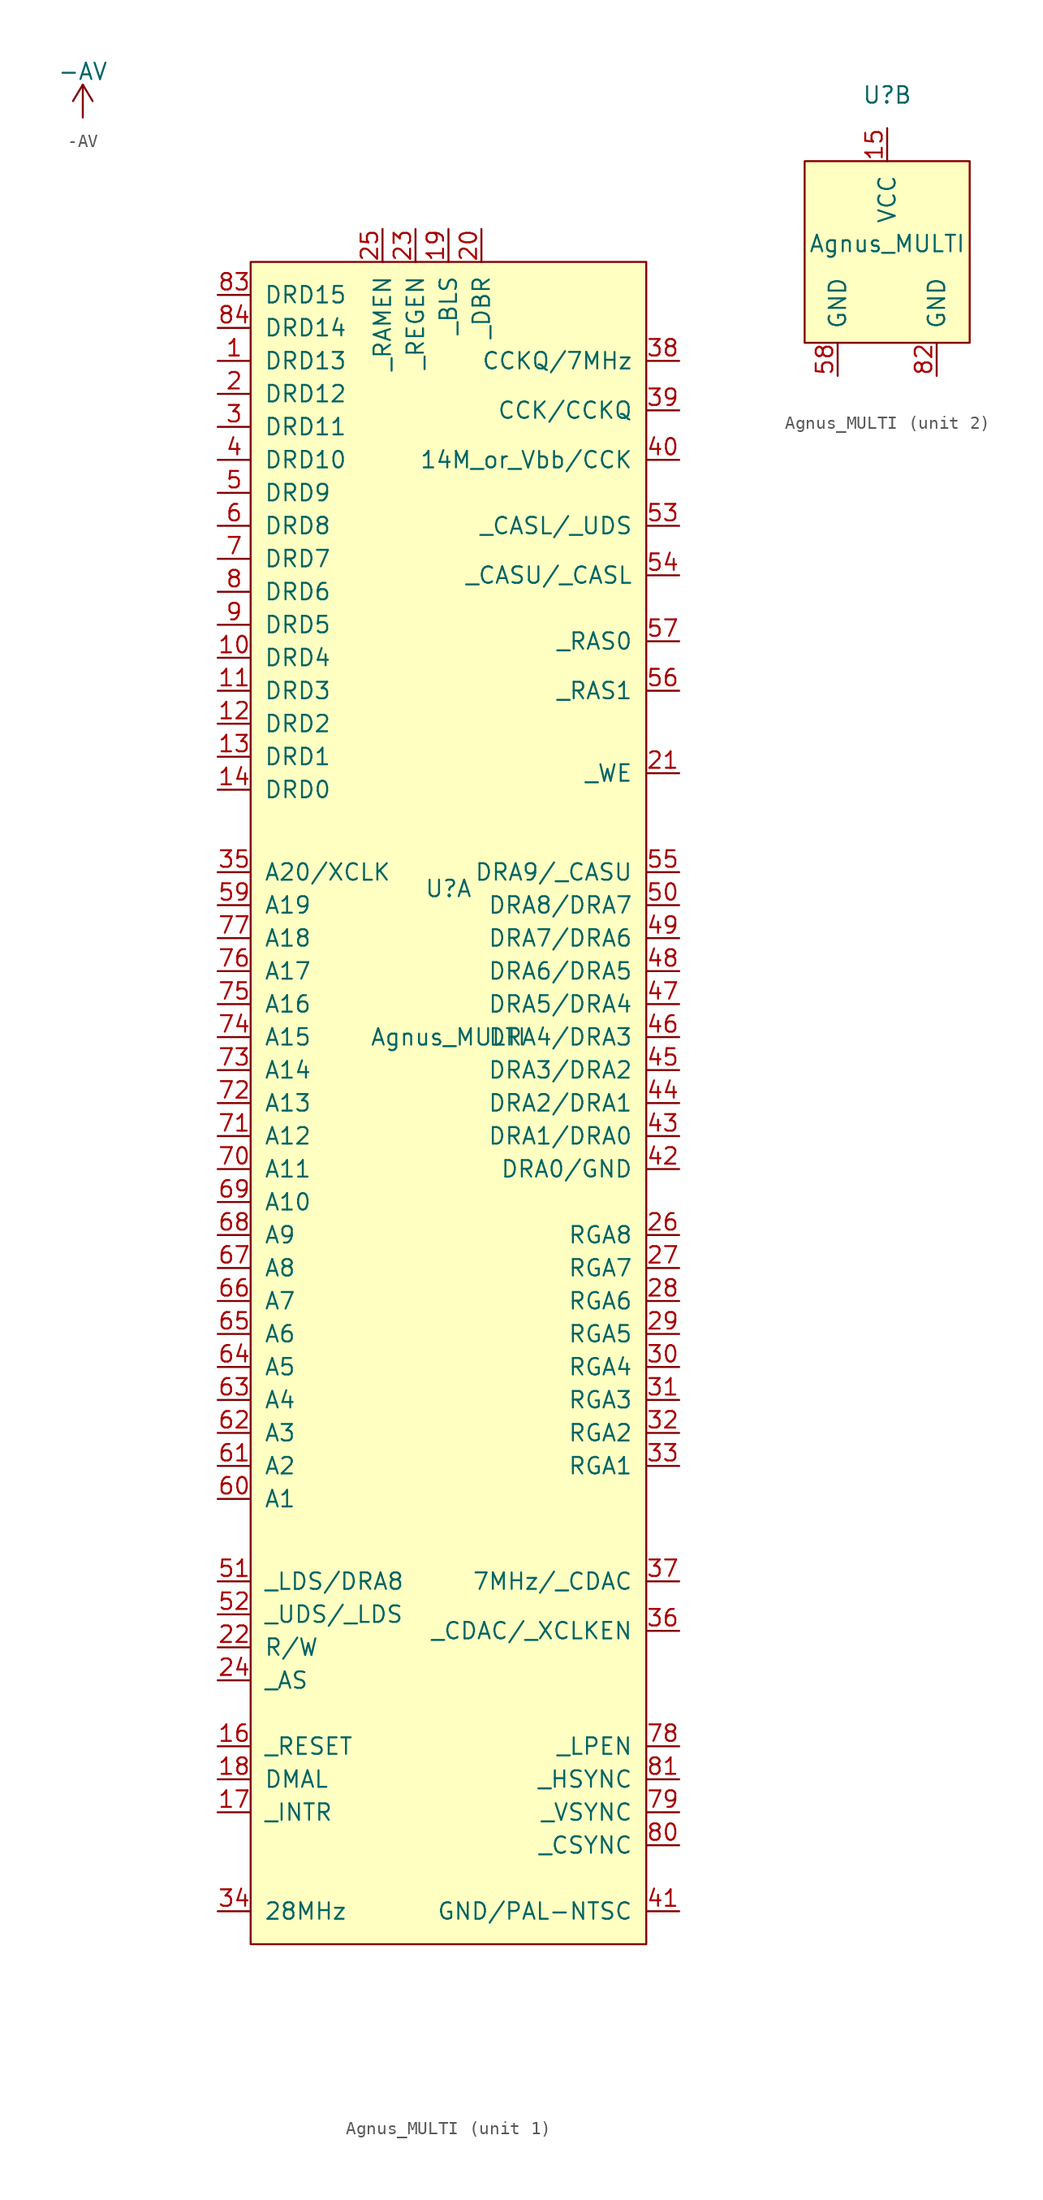
<source format=kicad_sym>
(kicad_symbol_lib
  (version 20220914)
  (generator kicad_symbol_editor)
  (symbol "-AV"
    (power)
    (pin_names
      (offset 0))
    (property "Reference" "#-AV"
      (at 0 -3.81 0)
      (effects (font (size 1.27 1.27)) hide))
    (property "Value" "-AV"
      (at 0 3.556 0)
      (effects (font (size 1.27 1.27))))
    (symbol "-AV_0_1"
      (polyline (pts (xy -0.762 1.27) (xy 0 2.54)) (stroke (width 0) (type solid)) (fill (type none)))
      (polyline (pts (xy 0 0) (xy 0 2.54)) (stroke (width 0) (type solid)) (fill (type none)))
      (polyline (pts (xy 0 2.54) (xy 0.762 1.27)) (stroke (width 0) (type solid)) (fill (type none))))
    (symbol "-AV_1_1"
      (pin power_in line (at 0 0 90) (length 0) hide (name "-AV" (effects (font (size 1.27 1.27)))) (number "1" (effects (font (size 1.27 1.27)))))))
  (symbol "Agnus_MULTI"
    (pin_names
      (offset 1.016))
    (property "Reference" "U"
      (at 0 11.43 0)
      (effects (font (size 1.27 1.27))))
    (property "Value" "Agnus_MULTI"
      (at 0 0 0)
      (effects (font (size 1.27 1.27))))
    (property "ki_locked" ""
      (at 0 0 0)
      (effects (font (size 1.27 1.27))))
    (symbol "Agnus_MULTI_1_1"
      (rectangle (start -15.24 59.69) (end 15.24 -69.85) (stroke (width 0) (type solid)) (fill (type background)))
      (pin bidirectional line (at -17.78 52.07 0) (length 2.54) (name "DRD13" (effects (font (size 1.27 1.27)))) (number "1" (effects (font (size 1.27 1.27)))))
      (pin bidirectional line (at -17.78 29.21 0) (length 2.54) (name "DRD4" (effects (font (size 1.27 1.27)))) (number "10" (effects (font (size 1.27 1.27)))))
      (pin bidirectional line (at -17.78 26.67 0) (length 2.54) (name "DRD3" (effects (font (size 1.27 1.27)))) (number "11" (effects (font (size 1.27 1.27)))))
      (pin bidirectional line (at -17.78 24.13 0) (length 2.54) (name "DRD2" (effects (font (size 1.27 1.27)))) (number "12" (effects (font (size 1.27 1.27)))))
      (pin bidirectional line (at -17.78 21.59 0) (length 2.54) (name "DRD1" (effects (font (size 1.27 1.27)))) (number "13" (effects (font (size 1.27 1.27)))))
      (pin bidirectional line (at -17.78 19.05 0) (length 2.54) (name "DRD0" (effects (font (size 1.27 1.27)))) (number "14" (effects (font (size 1.27 1.27)))))
      (pin input line (at -17.78 -54.61 0) (length 2.54) (name "_RESET" (effects (font (size 1.27 1.27)))) (number "16" (effects (font (size 1.27 1.27)))))
      (pin output line (at -17.78 -59.69 0) (length 2.54) (name "_INTR" (effects (font (size 1.27 1.27)))) (number "17" (effects (font (size 1.27 1.27)))))
      (pin input line (at -17.78 -57.15 0) (length 2.54) (name "DMAL" (effects (font (size 1.27 1.27)))) (number "18" (effects (font (size 1.27 1.27)))))
      (pin input line (at 0 62.23 270) (length 2.54) (name "_BLS" (effects (font (size 1.27 1.27)))) (number "19" (effects (font (size 1.27 1.27)))))
      (pin bidirectional line (at -17.78 49.53 0) (length 2.54) (name "DRD12" (effects (font (size 1.27 1.27)))) (number "2" (effects (font (size 1.27 1.27)))))
      (pin output line (at 2.54 62.23 270) (length 2.54) (name "_DBR" (effects (font (size 1.27 1.27)))) (number "20" (effects (font (size 1.27 1.27)))))
      (pin output line (at 17.78 20.32 180) (length 2.54) (name "_WE" (effects (font (size 1.27 1.27)))) (number "21" (effects (font (size 1.27 1.27)))))
      (pin input line (at -17.78 -46.99 0) (length 2.54) (name "R/W" (effects (font (size 1.27 1.27)))) (number "22" (effects (font (size 1.27 1.27)))))
      (pin input line (at -2.54 62.23 270) (length 2.54) (name "_REGEN" (effects (font (size 1.27 1.27)))) (number "23" (effects (font (size 1.27 1.27)))))
      (pin input line (at -17.78 -49.53 0) (length 2.54) (name "_AS" (effects (font (size 1.27 1.27)))) (number "24" (effects (font (size 1.27 1.27)))))
      (pin input line (at -5.08 62.23 270) (length 2.54) (name "_RAMEN" (effects (font (size 1.27 1.27)))) (number "25" (effects (font (size 1.27 1.27)))))
      (pin output line (at 17.78 -15.24 180) (length 2.54) (name "RGA8" (effects (font (size 1.27 1.27)))) (number "26" (effects (font (size 1.27 1.27)))))
      (pin output line (at 17.78 -17.78 180) (length 2.54) (name "RGA7" (effects (font (size 1.27 1.27)))) (number "27" (effects (font (size 1.27 1.27)))))
      (pin output line (at 17.78 -20.32 180) (length 2.54) (name "RGA6" (effects (font (size 1.27 1.27)))) (number "28" (effects (font (size 1.27 1.27)))))
      (pin output line (at 17.78 -22.86 180) (length 2.54) (name "RGA5" (effects (font (size 1.27 1.27)))) (number "29" (effects (font (size 1.27 1.27)))))
      (pin bidirectional line (at -17.78 46.99 0) (length 2.54) (name "DRD11" (effects (font (size 1.27 1.27)))) (number "3" (effects (font (size 1.27 1.27)))))
      (pin output line (at 17.78 -25.4 180) (length 2.54) (name "RGA4" (effects (font (size 1.27 1.27)))) (number "30" (effects (font (size 1.27 1.27)))))
      (pin output line (at 17.78 -27.94 180) (length 2.54) (name "RGA3" (effects (font (size 1.27 1.27)))) (number "31" (effects (font (size 1.27 1.27)))))
      (pin output line (at 17.78 -30.48 180) (length 2.54) (name "RGA2" (effects (font (size 1.27 1.27)))) (number "32" (effects (font (size 1.27 1.27)))))
      (pin output line (at 17.78 -33.02 180) (length 2.54) (name "RGA1" (effects (font (size 1.27 1.27)))) (number "33" (effects (font (size 1.27 1.27)))))
      (pin output line (at -17.78 -67.31 0) (length 2.54) (name "28MHz" (effects (font (size 1.27 1.27)))) (number "34" (effects (font (size 1.27 1.27)))))
      (pin bidirectional line (at -17.78 12.7 0) (length 2.54) (name "A20/XCLK" (effects (font (size 1.27 1.27)))) (number "35" (effects (font (size 1.27 1.27)))))
      (pin output line (at 17.78 -45.72 180) (length 2.54) (name "_CDAC/_XCLKEN" (effects (font (size 1.27 1.27)))) (number "36" (effects (font (size 1.27 1.27)))))
      (pin output line (at 17.78 -41.91 180) (length 2.54) (name "7MHz/_CDAC" (effects (font (size 1.27 1.27)))) (number "37" (effects (font (size 1.27 1.27)))))
      (pin output line (at 17.78 52.07 180) (length 2.54) (name "CCKQ/7MHz" (effects (font (size 1.27 1.27)))) (number "38" (effects (font (size 1.27 1.27)))))
      (pin output line (at 17.78 48.26 180) (length 2.54) (name "CCK/CCKQ" (effects (font (size 1.27 1.27)))) (number "39" (effects (font (size 1.27 1.27)))))
      (pin bidirectional line (at -17.78 44.45 0) (length 2.54) (name "DRD10" (effects (font (size 1.27 1.27)))) (number "4" (effects (font (size 1.27 1.27)))))
      (pin output line (at 17.78 44.45 180) (length 2.54) (name "14M_or_Vbb/CCK" (effects (font (size 1.27 1.27)))) (number "40" (effects (font (size 1.27 1.27)))))
      (pin input line (at 17.78 -67.31 180) (length 2.54) (name "GND/PAL-NTSC" (effects (font (size 1.27 1.27)))) (number "41" (effects (font (size 1.27 1.27)))))
      (pin output line (at 17.78 -10.16 180) (length 2.54) (name "DRA0/GND" (effects (font (size 1.27 1.27)))) (number "42" (effects (font (size 1.27 1.27)))))
      (pin output line (at 17.78 -7.62 180) (length 2.54) (name "DRA1/DRA0" (effects (font (size 1.27 1.27)))) (number "43" (effects (font (size 1.27 1.27)))))
      (pin output line (at 17.78 -5.08 180) (length 2.54) (name "DRA2/DRA1" (effects (font (size 1.27 1.27)))) (number "44" (effects (font (size 1.27 1.27)))))
      (pin output line (at 17.78 -2.54 180) (length 2.54) (name "DRA3/DRA2" (effects (font (size 1.27 1.27)))) (number "45" (effects (font (size 1.27 1.27)))))
      (pin output line (at 17.78 0 180) (length 2.54) (name "DRA4/DRA3" (effects (font (size 1.27 1.27)))) (number "46" (effects (font (size 1.27 1.27)))))
      (pin output line (at 17.78 2.54 180) (length 2.54) (name "DRA5/DRA4" (effects (font (size 1.27 1.27)))) (number "47" (effects (font (size 1.27 1.27)))))
      (pin output line (at 17.78 5.08 180) (length 2.54) (name "DRA6/DRA5" (effects (font (size 1.27 1.27)))) (number "48" (effects (font (size 1.27 1.27)))))
      (pin output line (at 17.78 7.62 180) (length 2.54) (name "DRA7/DRA6" (effects (font (size 1.27 1.27)))) (number "49" (effects (font (size 1.27 1.27)))))
      (pin bidirectional line (at -17.78 41.91 0) (length 2.54) (name "DRD9" (effects (font (size 1.27 1.27)))) (number "5" (effects (font (size 1.27 1.27)))))
      (pin output line (at 17.78 10.16 180) (length 2.54) (name "DRA8/DRA7" (effects (font (size 1.27 1.27)))) (number "50" (effects (font (size 1.27 1.27)))))
      (pin input line (at -17.78 -41.91 0) (length 2.54) (name "_LDS/DRA8" (effects (font (size 1.27 1.27)))) (number "51" (effects (font (size 1.27 1.27)))))
      (pin input line (at -17.78 -44.45 0) (length 2.54) (name "_UDS/_LDS" (effects (font (size 1.27 1.27)))) (number "52" (effects (font (size 1.27 1.27)))))
      (pin output line (at 17.78 39.37 180) (length 2.54) (name "_CASL/_UDS" (effects (font (size 1.27 1.27)))) (number "53" (effects (font (size 1.27 1.27)))))
      (pin output line (at 17.78 35.56 180) (length 2.54) (name "_CASU/_CASL" (effects (font (size 1.27 1.27)))) (number "54" (effects (font (size 1.27 1.27)))))
      (pin output line (at 17.78 12.7 180) (length 2.54) (name "DRA9/_CASU" (effects (font (size 1.27 1.27)))) (number "55" (effects (font (size 1.27 1.27)))))
      (pin output line (at 17.78 26.67 180) (length 2.54) (name "_RAS1" (effects (font (size 1.27 1.27)))) (number "56" (effects (font (size 1.27 1.27)))))
      (pin output line (at 17.78 30.48 180) (length 2.54) (name "_RAS0" (effects (font (size 1.27 1.27)))) (number "57" (effects (font (size 1.27 1.27)))))
      (pin bidirectional line (at -17.78 10.16 0) (length 2.54) (name "A19" (effects (font (size 1.27 1.27)))) (number "59" (effects (font (size 1.27 1.27)))))
      (pin bidirectional line (at -17.78 39.37 0) (length 2.54) (name "DRD8" (effects (font (size 1.27 1.27)))) (number "6" (effects (font (size 1.27 1.27)))))
      (pin bidirectional line (at -17.78 -35.56 0) (length 2.54) (name "A1" (effects (font (size 1.27 1.27)))) (number "60" (effects (font (size 1.27 1.27)))))
      (pin bidirectional line (at -17.78 -33.02 0) (length 2.54) (name "A2" (effects (font (size 1.27 1.27)))) (number "61" (effects (font (size 1.27 1.27)))))
      (pin bidirectional line (at -17.78 -30.48 0) (length 2.54) (name "A3" (effects (font (size 1.27 1.27)))) (number "62" (effects (font (size 1.27 1.27)))))
      (pin bidirectional line (at -17.78 -27.94 0) (length 2.54) (name "A4" (effects (font (size 1.27 1.27)))) (number "63" (effects (font (size 1.27 1.27)))))
      (pin bidirectional line (at -17.78 -25.4 0) (length 2.54) (name "A5" (effects (font (size 1.27 1.27)))) (number "64" (effects (font (size 1.27 1.27)))))
      (pin bidirectional line (at -17.78 -22.86 0) (length 2.54) (name "A6" (effects (font (size 1.27 1.27)))) (number "65" (effects (font (size 1.27 1.27)))))
      (pin bidirectional line (at -17.78 -20.32 0) (length 2.54) (name "A7" (effects (font (size 1.27 1.27)))) (number "66" (effects (font (size 1.27 1.27)))))
      (pin bidirectional line (at -17.78 -17.78 0) (length 2.54) (name "A8" (effects (font (size 1.27 1.27)))) (number "67" (effects (font (size 1.27 1.27)))))
      (pin bidirectional line (at -17.78 -15.24 0) (length 2.54) (name "A9" (effects (font (size 1.27 1.27)))) (number "68" (effects (font (size 1.27 1.27)))))
      (pin bidirectional line (at -17.78 -12.7 0) (length 2.54) (name "A10" (effects (font (size 1.27 1.27)))) (number "69" (effects (font (size 1.27 1.27)))))
      (pin bidirectional line (at -17.78 36.83 0) (length 2.54) (name "DRD7" (effects (font (size 1.27 1.27)))) (number "7" (effects (font (size 1.27 1.27)))))
      (pin bidirectional line (at -17.78 -10.16 0) (length 2.54) (name "A11" (effects (font (size 1.27 1.27)))) (number "70" (effects (font (size 1.27 1.27)))))
      (pin bidirectional line (at -17.78 -7.62 0) (length 2.54) (name "A12" (effects (font (size 1.27 1.27)))) (number "71" (effects (font (size 1.27 1.27)))))
      (pin bidirectional line (at -17.78 -5.08 0) (length 2.54) (name "A13" (effects (font (size 1.27 1.27)))) (number "72" (effects (font (size 1.27 1.27)))))
      (pin bidirectional line (at -17.78 -2.54 0) (length 2.54) (name "A14" (effects (font (size 1.27 1.27)))) (number "73" (effects (font (size 1.27 1.27)))))
      (pin bidirectional line (at -17.78 0 0) (length 2.54) (name "A15" (effects (font (size 1.27 1.27)))) (number "74" (effects (font (size 1.27 1.27)))))
      (pin bidirectional line (at -17.78 2.54 0) (length 2.54) (name "A16" (effects (font (size 1.27 1.27)))) (number "75" (effects (font (size 1.27 1.27)))))
      (pin bidirectional line (at -17.78 5.08 0) (length 2.54) (name "A17" (effects (font (size 1.27 1.27)))) (number "76" (effects (font (size 1.27 1.27)))))
      (pin bidirectional line (at -17.78 7.62 0) (length 2.54) (name "A18" (effects (font (size 1.27 1.27)))) (number "77" (effects (font (size 1.27 1.27)))))
      (pin input line (at 17.78 -54.61 180) (length 2.54) (name "_LPEN" (effects (font (size 1.27 1.27)))) (number "78" (effects (font (size 1.27 1.27)))))
      (pin bidirectional line (at 17.78 -59.69 180) (length 2.54) (name "_VSYNC" (effects (font (size 1.27 1.27)))) (number "79" (effects (font (size 1.27 1.27)))))
      (pin bidirectional line (at -17.78 34.29 0) (length 2.54) (name "DRD6" (effects (font (size 1.27 1.27)))) (number "8" (effects (font (size 1.27 1.27)))))
      (pin output line (at 17.78 -62.23 180) (length 2.54) (name "_CSYNC" (effects (font (size 1.27 1.27)))) (number "80" (effects (font (size 1.27 1.27)))))
      (pin bidirectional line (at 17.78 -57.15 180) (length 2.54) (name "_HSYNC" (effects (font (size 1.27 1.27)))) (number "81" (effects (font (size 1.27 1.27)))))
      (pin bidirectional line (at -17.78 57.15 0) (length 2.54) (name "DRD15" (effects (font (size 1.27 1.27)))) (number "83" (effects (font (size 1.27 1.27)))))
      (pin bidirectional line (at -17.78 54.61 0) (length 2.54) (name "DRD14" (effects (font (size 1.27 1.27)))) (number "84" (effects (font (size 1.27 1.27)))))
      (pin bidirectional line (at -17.78 31.75 0) (length 2.54) (name "DRD5" (effects (font (size 1.27 1.27)))) (number "9" (effects (font (size 1.27 1.27))))))
    (symbol "Agnus_MULTI_2_1"
      (rectangle (start -6.35 6.35) (end 6.35 -7.62) (stroke (width 0) (type solid)) (fill (type background)))
      (pin power_in line (at 0 8.89 270) (length 2.54) (name "VCC" (effects (font (size 1.27 1.27)))) (number "15" (effects (font (size 1.27 1.27)))))
      (pin power_in line (at -3.81 -10.16 90) (length 2.54) (name "GND" (effects (font (size 1.27 1.27)))) (number "58" (effects (font (size 1.27 1.27)))))
      (pin power_in line (at 3.81 -10.16 90) (length 2.54) (name "GND" (effects (font (size 1.27 1.27)))) (number "82" (effects (font (size 1.27 1.27))))))))
</source>
